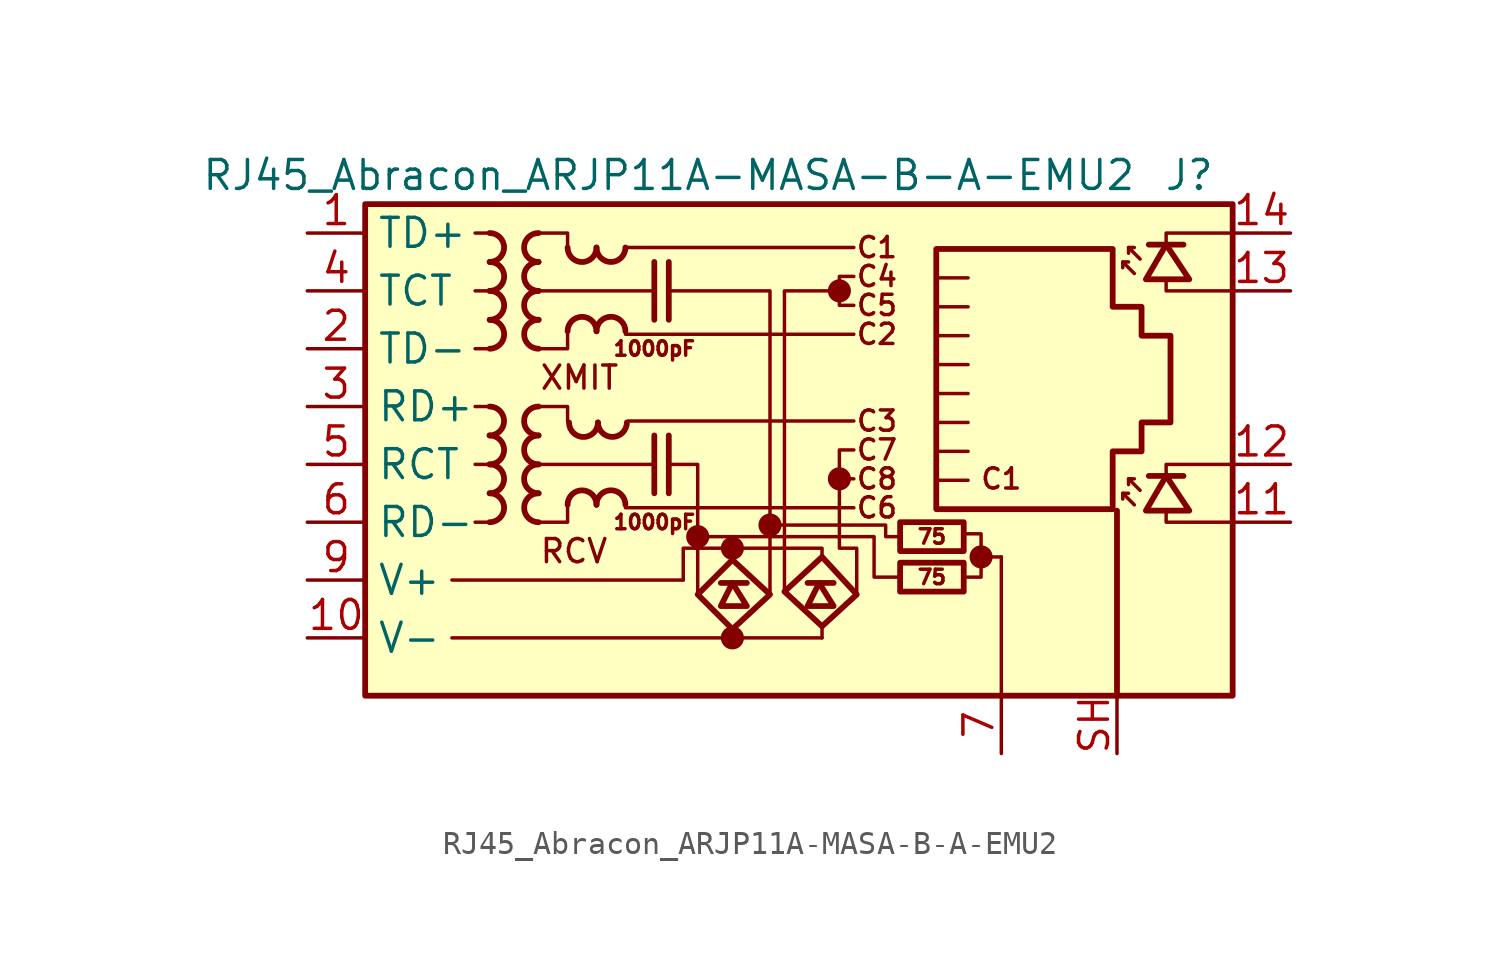
<source format=kicad_sym>
(kicad_symbol_lib
  (version 20241209)
  (generator "kicad_symbol_editor")
  (generator_version "9.0")
  (symbol "RJ45_Abracon_ARJP11A-MASA-B-A-EMU2"
    (property "Reference" "J"
      (at 18.415 12.7 0)
      (effects (font (size 1.27 1.27))))
    (property "Value" "RJ45_Abracon_ARJP11A-MASA-B-A-EMU2"
      (at -4.445 12.7 0)
      (effects (font (size 1.27 1.27))))
    (symbol "RJ45_Abracon_ARJP11A-MASA-B-A-EMU2_0_0"
      (polyline (pts (xy -5.08 8.89) (xy -5.08 6.35)) (stroke (width 0.254) (type default)) (fill (type none)))
      (polyline (pts (xy -5.08 1.27) (xy -5.08 -1.27)) (stroke (width 0.254) (type default)) (fill (type none)))
      (polyline (pts (xy -4.445 8.89) (xy -4.445 6.35)) (stroke (width 0.254) (type default)) (fill (type none)))
      (polyline (pts (xy -4.445 1.27) (xy -4.445 -1.27)) (stroke (width 0.254) (type default)) (fill (type none)))
      (circle (center -3.175 -3.175) (radius 0.0001) (stroke (width 0.508) (type default)) (fill (type none)))
      (circle (center -1.651 -3.683) (radius 0.0001) (stroke (width 0.508) (type default)) (fill (type none)))
      (circle (center -1.651 -7.62) (radius 0.0001) (stroke (width 0.508) (type default)) (fill (type none)))
      (circle (center 0 -2.667) (radius 0.0001) (stroke (width 0.508) (type default)) (fill (type none)))
      (circle (center 3.048 7.62) (radius 0.0001) (stroke (width 0.508) (type default)) (fill (type none)))
      (circle (center 3.048 -0.635) (radius 0.0001) (stroke (width 0.508) (type default)) (fill (type none)))
      (polyline (pts (xy 3.683 8.255) (xy 3.048 8.255) (xy 3.048 6.985) (xy 3.683 6.985)) (stroke (width 0) (type default)) (fill (type none)))
      (polyline (pts (xy 3.683 0.635) (xy 3.048 0.635) (xy 3.048 -0.635) (xy 3.683 -0.635)) (stroke (width 0) (type default)) (fill (type none)))
      (polyline (pts (xy 8.636 -4.953) (xy 9.271 -4.953) (xy 9.271 -3.048) (xy 8.636 -3.048)) (stroke (width 0) (type default)) (fill (type none)))
      (polyline (pts (xy 9.271 -4.064) (xy 10.16 -4.064)) (stroke (width 0) (type default)) (fill (type none)))
      (circle (center 9.271 -4.064) (radius 0.0001) (stroke (width 0.508) (type default)) (fill (type none)))
      (polyline (pts (xy 17.399 9.525) (xy 17.399 10.16) (xy 20.32 10.16)) (stroke (width 0) (type default)) (fill (type none)))
      (polyline (pts (xy 17.399 -0.635) (xy 17.399 0) (xy 20.32 0)) (stroke (width 0) (type default)) (fill (type none)))
      (polyline (pts (xy 20.32 7.62) (xy 17.399 7.62) (xy 17.399 8.128)) (stroke (width 0) (type default)) (fill (type none)))
      (polyline (pts (xy 20.32 -2.54) (xy 17.399 -2.54) (xy 17.399 -2.032)) (stroke (width 0) (type default)) (fill (type none)))
      (text "XMIT" (at -10.16 3.81 0) (effects (font (size 1.016 1.016)) (justify left)))
      (text "RCV" (at -10.16 -3.81 0) (effects (font (size 1.016 1.016)) (justify left)))
      (text "C1" (at 4.699 9.525 0) (effects (font (size 0.889 0.889))))
      (text "C4" (at 4.699 8.255 0) (effects (font (size 0.889 0.889))))
      (text "C5" (at 4.699 6.985 0) (effects (font (size 0.889 0.889))))
      (text "C2" (at 4.699 5.715 0) (effects (font (size 0.889 0.889))))
      (text "C3" (at 4.699 1.905 0) (effects (font (size 0.889 0.889))))
      (text "C7" (at 4.699 0.635 0) (effects (font (size 0.889 0.889))))
      (text "C8" (at 4.699 -0.635 0) (effects (font (size 0.889 0.889))))
      (text "C6" (at 4.699 -1.905 0) (effects (font (size 0.889 0.889))))
      (text "C1" (at 10.16 -0.635 0) (effects (font (size 0.889 0.889)))))
    (symbol "RJ45_Abracon_ARJP11A-MASA-B-A-EMU2_0_1"
      (rectangle (start -17.78 11.43) (end 20.32 -10.16) (stroke (width 0.254) (type default)) (fill (type background)))
      (polyline (pts (xy -12.316 10.16) (xy -12.951 10.16)) (stroke (width 0) (type default)) (fill (type none)))
      (polyline (pts (xy -12.316 7.62) (xy -12.951 7.62)) (stroke (width 0) (type default)) (fill (type none)))
      (polyline (pts (xy -12.316 5.08) (xy -12.951 5.08)) (stroke (width 0) (type default)) (fill (type none)))
      (polyline (pts (xy -12.316 2.54) (xy -12.951 2.54)) (stroke (width 0) (type default)) (fill (type none)))
      (polyline (pts (xy -12.316 0) (xy -12.951 0)) (stroke (width 0) (type default)) (fill (type none)))
      (polyline (pts (xy -12.316 -2.54) (xy -12.951 -2.54)) (stroke (width 0) (type default)) (fill (type none)))
      (polyline (pts (xy -10.16 10.16) (xy -8.89 10.16) (xy -8.89 9.525)) (stroke (width 0) (type default)) (fill (type none)))
      (polyline (pts (xy -10.16 2.54) (xy -8.89 2.54) (xy -8.89 1.905)) (stroke (width 0) (type default)) (fill (type none)))
      (polyline (pts (xy -8.89 5.715) (xy -8.89 5.08) (xy -10.16 5.08)) (stroke (width 0) (type default)) (fill (type none)))
      (polyline (pts (xy -8.89 -1.905) (xy -8.89 -2.54) (xy -10.16 -2.54)) (stroke (width 0) (type default)) (fill (type none)))
      (polyline (pts (xy -6.35 9.525) (xy 3.683 9.525)) (stroke (width 0) (type default)) (fill (type none)))
      (polyline (pts (xy -6.35 5.715) (xy 3.683 5.715)) (stroke (width 0) (type default)) (fill (type none)))
      (polyline (pts (xy -6.35 -1.905) (xy 3.683 -1.905)) (stroke (width 0) (type default)) (fill (type none)))
      (polyline (pts (xy -6.223 1.905) (xy 3.683 1.905)) (stroke (width 0) (type default)) (fill (type none)))
      (polyline (pts (xy -5.08 7.62) (xy -10.16 7.62)) (stroke (width 0) (type default)) (fill (type none)))
      (polyline (pts (xy -5.08 0) (xy -10.16 0)) (stroke (width 0) (type default)) (fill (type none)))
      (polyline (pts (xy -4.445 7.62) (xy 0 7.62) (xy 0 -5.715)) (stroke (width 0) (type default)) (fill (type none)))
      (polyline (pts (xy -4.445 0) (xy -3.175 0) (xy -3.175 -5.715)) (stroke (width 0) (type default)) (fill (type none)))
      (polyline (pts (xy 7.429 5.652) (xy 8.7 5.652)) (stroke (width 0) (type default)) (fill (type none)))
      (polyline (pts (xy 7.429 4.381) (xy 8.7 4.381)) (stroke (width 0) (type default)) (fill (type none)))
      (polyline (pts (xy 7.429 3.111) (xy 8.7 3.111)) (stroke (width 0) (type default)) (fill (type none)))
      (polyline (pts (xy 7.429 1.841) (xy 8.7 1.841)) (stroke (width 0) (type default)) (fill (type none)))
      (polyline (pts (xy 7.429 0.572) (xy 8.7 0.572)) (stroke (width 0) (type default)) (fill (type none)))
      (polyline (pts (xy 8.7 8.191) (xy 7.429 8.191)) (stroke (width 0) (type default)) (fill (type none)))
      (polyline (pts (xy 8.7 6.921) (xy 7.429 6.921)) (stroke (width 0) (type default)) (fill (type none)))
      (polyline (pts (xy 8.7 -0.699) (xy 7.429 -0.699)) (stroke (width 0) (type default)) (fill (type none))))
    (symbol "RJ45_Abracon_ARJP11A-MASA-B-A-EMU2_1_0"
      (text "1000pF" (at -5.08 5.08 0) (effects (font (size 0.635 0.635))))
      (text "1000pF" (at -5.08 -2.54 0) (effects (font (size 0.635 0.635)))))
    (symbol "RJ45_Abracon_ARJP11A-MASA-B-A-EMU2_1_1"
      (polyline (pts (xy -13.97 -5.08) (xy -3.81 -5.08)) (stroke (width 0) (type default)) (fill (type none)))
      (polyline (pts (xy -13.97 -7.62) (xy 2.286 -7.62)) (stroke (width 0) (type default)) (fill (type none)))
      (arc (start -12.3163 2.54) (mid -11.684 1.905) (end -12.3163 1.27) (stroke (width 0.254) (type default)) (fill (type none)))
      (arc (start -12.3136 10.16) (mid -11.6813 9.525) (end -12.3136 8.89) (stroke (width 0.254) (type default)) (fill (type none)))
      (arc (start -12.3136 1.27) (mid -11.6813 0.635) (end -12.3136 0) (stroke (width 0.254) (type default)) (fill (type none)))
      (arc (start -12.3136 0) (mid -11.6813 -0.635) (end -12.3136 -1.27) (stroke (width 0.254) (type default)) (fill (type none)))
      (arc (start -12.3136 -1.27) (mid -11.6813 -1.905) (end -12.3136 -2.54) (stroke (width 0.254) (type default)) (fill (type none)))
      (arc (start -12.3109 8.89) (mid -11.6786 8.255) (end -12.3109 7.62) (stroke (width 0.254) (type default)) (fill (type none)))
      (arc (start -12.3109 7.62) (mid -11.6786 6.985) (end -12.3109 6.35) (stroke (width 0.254) (type default)) (fill (type none)))
      (arc (start -12.3109 6.35) (mid -11.6786 5.715) (end -12.3109 5.08) (stroke (width 0.254) (type default)) (fill (type none)))
      (arc (start -10.1654 8.89) (mid -10.7977 9.525) (end -10.1654 10.16) (stroke (width 0.254) (type default)) (fill (type none)))
      (arc (start -10.1654 7.62) (mid -10.7977 8.255) (end -10.1654 8.89) (stroke (width 0.254) (type default)) (fill (type none)))
      (arc (start -10.1654 6.35) (mid -10.7977 6.985) (end -10.1654 7.62) (stroke (width 0.254) (type default)) (fill (type none)))
      (arc (start -10.1654 1.27) (mid -10.7977 1.905) (end -10.1654 2.54) (stroke (width 0.254) (type default)) (fill (type none)))
      (arc (start -10.1654 0) (mid -10.7977 0.635) (end -10.1654 1.27) (stroke (width 0.254) (type default)) (fill (type none)))
      (arc (start -10.1654 -1.27) (mid -10.7977 -0.635) (end -10.1654 0) (stroke (width 0.254) (type default)) (fill (type none)))
      (arc (start -10.1627 5.08) (mid -10.795 5.715) (end -10.1627 6.35) (stroke (width 0.254) (type default)) (fill (type none)))
      (arc (start -10.1627 -2.54) (mid -10.795 -1.905) (end -10.1627 -1.27) (stroke (width 0.254) (type default)) (fill (type none)))
      (arc (start -7.62 9.5223) (mid -8.255 8.89) (end -8.89 9.5223) (stroke (width 0.254) (type default)) (fill (type none)))
      (arc (start -8.89 5.8447) (mid -8.255 6.477) (end -7.62 5.8447) (stroke (width 0.254) (type default)) (fill (type none)))
      (arc (start -8.89 -1.7753) (mid -8.255 -1.143) (end -7.62 -1.7753) (stroke (width 0.254) (type default)) (fill (type none)))
      (arc (start -7.5565 1.8388) (mid -8.1915 1.2065) (end -8.8265 1.8388) (stroke (width 0.254) (type default)) (fill (type none)))
      (arc (start -6.35 9.525) (mid -6.985 8.8927) (end -7.62 9.525) (stroke (width 0.254) (type default)) (fill (type none)))
      (arc (start -7.62 5.8474) (mid -6.985 6.4797) (end -6.35 5.8474) (stroke (width 0.254) (type default)) (fill (type none)))
      (arc (start -7.62 -1.7726) (mid -6.985 -1.1403) (end -6.35 -1.7726) (stroke (width 0.254) (type default)) (fill (type none)))
      (arc (start -6.2865 1.8415) (mid -6.9215 1.2092) (end -7.5565 1.8415) (stroke (width 0.254) (type default)) (fill (type none)))
      (polyline (pts (xy -3.81 -5.08) (xy -3.81 -3.683) (xy -1.651 -3.683)) (stroke (width 0) (type default)) (fill (type none)))
      (polyline (pts (xy -2.159 -5.207) (xy -1.016 -5.207)) (stroke (width 0.254) (type default)) (fill (type none)))
      (polyline (pts (xy -2.159 -6.223) (xy -1.016 -6.223) (xy -1.651 -5.207) (xy -2.159 -6.223)) (stroke (width 0.254) (type default)) (fill (type none)))
      (polyline (pts (xy -1.905 -3.683) (xy -1.651 -3.683) (xy -1.651 -4.191)) (stroke (width 0) (type default)) (fill (type none)))
      (polyline (pts (xy -1.651 -3.683) (xy 2.286 -3.683) (xy 2.286 -4.064)) (stroke (width 0) (type default)) (fill (type none)))
      (polyline (pts (xy -1.651 -4.191) (xy -3.175 -5.715) (xy -1.651 -7.239) (xy 0 -5.715) (xy -1.651 -4.191)) (stroke (width 0.254) (type default)) (fill (type none)))
      (polyline (pts (xy -1.651 -7.239) (xy -1.651 -7.493)) (stroke (width 0) (type default)) (fill (type none)))
      (polyline (pts (xy 1.651 -5.207) (xy 2.794 -5.207)) (stroke (width 0.254) (type default)) (fill (type none)))
      (polyline (pts (xy 1.651 -6.223) (xy 2.794 -6.223) (xy 2.159 -5.207) (xy 1.651 -6.223)) (stroke (width 0.254) (type default)) (fill (type none)))
      (polyline (pts (xy 2.286 -4.064) (xy 0.635 -5.588) (xy 2.286 -7.112) (xy 3.81 -5.715) (xy 2.286 -4.064)) (stroke (width 0.254) (type default)) (fill (type none)))
      (polyline (pts (xy 2.286 -7.112) (xy 2.286 -7.62)) (stroke (width 0) (type default)) (fill (type none)))
      (polyline (pts (xy 3.048 7.62) (xy 0.635 7.62) (xy 0.635 -5.588)) (stroke (width 0) (type default)) (fill (type none)))
      (polyline (pts (xy 3.048 -0.508) (xy 3.048 -3.683) (xy 3.81 -3.683) (xy 3.81 -5.715)) (stroke (width 0) (type default)) (fill (type none)))
      (polyline (pts (xy 5.715 -3.175) (xy 5.08 -3.175) (xy 5.08 -2.667) (xy 0 -2.667)) (stroke (width 0) (type default)) (fill (type none)))
      (polyline (pts (xy 5.715 -4.953) (xy 4.572 -4.953) (xy 4.572 -3.175) (xy -3.175 -3.175)) (stroke (width 0) (type default)) (fill (type none)))
      (polyline (pts (xy 7.303 -1.968) (xy 7.303 9.461) (xy 15.05 9.461) (xy 15.05 6.921) (xy 16.32 6.921) (xy 16.32 5.652) (xy 17.59 5.652) (xy 17.59 1.841) (xy 16.32 1.841) (xy 16.32 0.572) (xy 15.05 0.572) (xy 15.05 -1.968) (xy 7.303 -1.968)) (stroke (width 0.254) (type default)) (fill (type none)))
      (rectangle (start 8.509 -3.81) (end 5.715 -2.54) (stroke (width 0.254) (type default)) (fill (type none)))
      (rectangle (start 8.509 -5.588) (end 5.715 -4.318) (stroke (width 0.254) (type default)) (fill (type none)))
      (polyline (pts (xy 10.16 -4.064) (xy 10.16 -10.16)) (stroke (width 0) (type default)) (fill (type none)))
      (polyline (pts (xy 15.24 -10.16) (xy 15.24 -2.032)) (stroke (width 0.254) (type default)) (fill (type none)))
      (polyline (pts (xy 15.494 8.89) (xy 15.494 8.636)) (stroke (width 0) (type default)) (fill (type none)))
      (polyline (pts (xy 15.494 -1.27) (xy 15.494 -1.524)) (stroke (width 0) (type default)) (fill (type none)))
      (polyline (pts (xy 15.748 9.525) (xy 15.748 9.271)) (stroke (width 0) (type default)) (fill (type none)))
      (polyline (pts (xy 15.748 -0.635) (xy 15.748 -0.889)) (stroke (width 0) (type default)) (fill (type none)))
      (polyline (pts (xy 16.002 8.382) (xy 15.494 8.89) (xy 15.748 8.89)) (stroke (width 0) (type default)) (fill (type none)))
      (polyline (pts (xy 16.002 -1.778) (xy 15.494 -1.27) (xy 15.748 -1.27)) (stroke (width 0) (type default)) (fill (type none)))
      (polyline (pts (xy 16.256 9.017) (xy 15.748 9.525) (xy 16.002 9.525)) (stroke (width 0) (type default)) (fill (type none)))
      (polyline (pts (xy 16.256 -1.143) (xy 15.748 -0.635) (xy 16.002 -0.635)) (stroke (width 0) (type default)) (fill (type none)))
      (polyline (pts (xy 16.51 8.128) (xy 18.415 8.128) (xy 17.399 9.652) (xy 16.51 8.128)) (stroke (width 0.254) (type default)) (fill (type none)))
      (polyline (pts (xy 16.51 -2.032) (xy 18.415 -2.032) (xy 17.399 -0.508) (xy 16.51 -2.032)) (stroke (width 0.254) (type default)) (fill (type none)))
      (polyline (pts (xy 16.637 9.652) (xy 18.161 9.652)) (stroke (width 0.254) (type default)) (fill (type none)))
      (polyline (pts (xy 16.637 -0.508) (xy 18.161 -0.508)) (stroke (width 0.254) (type default)) (fill (type none)))
      (text "75" (at 7.112 -3.175 0) (effects (font (size 0.635 0.635))))
      (text "75" (at 7.112 -4.953 0) (effects (font (size 0.635 0.635))))
      (pin passive line (at -20.32 10.16 0) (length 2.54) (name "TD+" (effects (font (size 1.27 1.27)))) (number "1" (effects (font (size 1.27 1.27)))))
      (pin passive line (at -20.32 7.62 0) (length 2.54) (name "TCT" (effects (font (size 1.27 1.27)))) (number "4" (effects (font (size 1.27 1.27)))))
      (pin passive line (at -20.32 5.08 0) (length 2.54) (name "TD-" (effects (font (size 1.27 1.27)))) (number "2" (effects (font (size 1.27 1.27)))))
      (pin passive line (at -20.32 2.54 0) (length 2.54) (name "RD+" (effects (font (size 1.27 1.27)))) (number "3" (effects (font (size 1.27 1.27)))))
      (pin passive line (at -20.32 0 0) (length 2.54) (name "RCT" (effects (font (size 1.27 1.27)))) (number "5" (effects (font (size 1.27 1.27)))))
      (pin passive line (at -20.32 -2.54 0) (length 2.54) (name "RD-" (effects (font (size 1.27 1.27)))) (number "6" (effects (font (size 1.27 1.27)))))
      (pin power_out line (at -20.32 -5.08 0) (length 2.54) (name "V+" (effects (font (size 1.27 1.27)))) (number "9" (effects (font (size 1.27 1.27)))))
      (pin power_out line (at -20.32 -7.62 0) (length 2.54) (name "V-" (effects (font (size 1.27 1.27)))) (number "10" (effects (font (size 1.27 1.27)))))
      (pin power_in line (at 10.16 -12.7 90) (length 2.54) (name "" (effects (font (size 1.27 1.27)))) (number "7" (effects (font (size 1.27 1.27)))))
      (pin passive line (at 15.24 -12.7 90) (length 2.54) (name "" (effects (font (size 1.27 1.27)))) (number "SH" (effects (font (size 1.27 1.27)))))
      (pin no_connect line (at 20.32 2.54 0) (length 0) (hide yes) (name "NC" (effects (font (size 1.27 1.27)))) (number "8" (effects (font (size 1.27 1.27)))))
      (pin passive line (at 22.86 10.16 180) (length 2.54) (name "" (effects (font (size 1.27 1.27)))) (number "14" (effects (font (size 1.27 1.27)))))
      (pin passive line (at 22.86 7.62 180) (length 2.54) (name "" (effects (font (size 1.27 1.27)))) (number "13" (effects (font (size 1.27 1.27)))))
      (pin passive line (at 22.86 0 180) (length 2.54) (name "" (effects (font (size 1.27 1.27)))) (number "12" (effects (font (size 1.27 1.27)))))
      (pin passive line (at 22.86 -2.54 180) (length 2.54) (name "" (effects (font (size 1.27 1.27)))) (number "11" (effects (font (size 1.27 1.27))))))))
</source>
